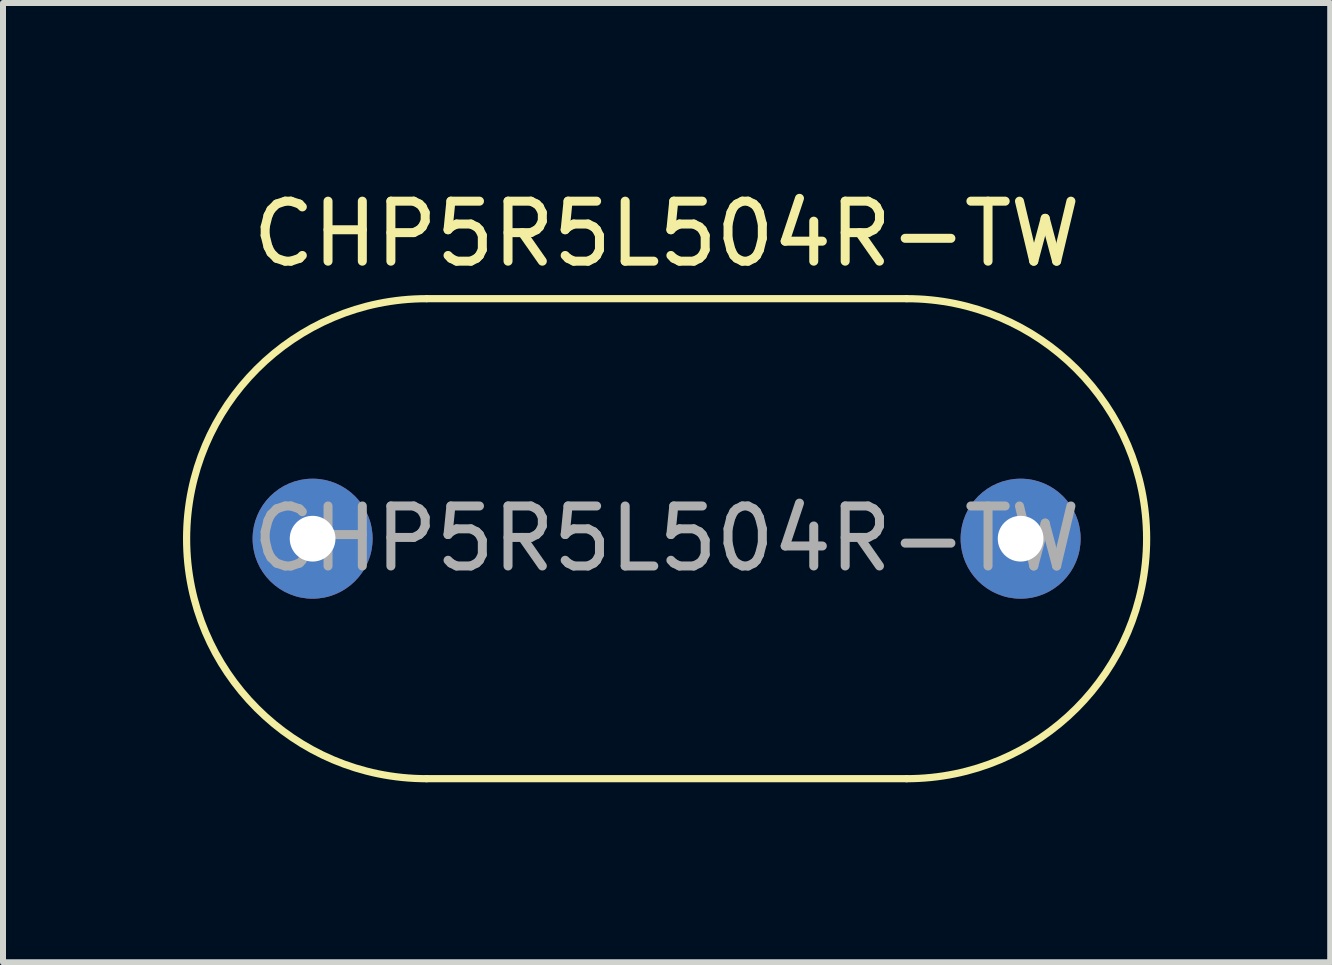
<source format=kicad_pcb>
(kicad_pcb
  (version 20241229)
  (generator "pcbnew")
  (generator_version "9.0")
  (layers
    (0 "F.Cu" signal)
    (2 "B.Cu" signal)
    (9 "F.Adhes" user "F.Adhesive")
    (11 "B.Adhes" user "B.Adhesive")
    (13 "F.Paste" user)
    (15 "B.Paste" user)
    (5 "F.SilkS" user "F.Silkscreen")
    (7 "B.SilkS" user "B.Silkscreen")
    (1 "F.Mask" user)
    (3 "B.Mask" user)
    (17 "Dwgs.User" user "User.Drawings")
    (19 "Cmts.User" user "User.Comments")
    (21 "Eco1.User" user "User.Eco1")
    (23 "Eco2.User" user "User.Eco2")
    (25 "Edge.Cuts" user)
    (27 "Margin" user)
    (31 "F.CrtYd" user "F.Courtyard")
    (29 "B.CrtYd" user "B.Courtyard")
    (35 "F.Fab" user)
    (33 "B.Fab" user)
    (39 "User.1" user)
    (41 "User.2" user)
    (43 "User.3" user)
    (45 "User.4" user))
  (footprint "CHP5R5L504R-TW"
    (layer "F.Cu")
    (at 8.06 5.928)
    (property "Reference" "CHP5R5L504R-TW" (at 0 -5.08 0) (unlocked yes) (layer "F.SilkS") (effects (font (size 1 1) (thickness 0.15))))
    (attr through_hole)
    (fp_line (start -4 -4) (end 4 -4) (stroke (width 0.12) (type solid)) (layer "F.SilkS"))
    (fp_line (start 4 4) (end -4 4) (stroke (width 0.12) (type solid)) (layer "F.SilkS"))
    (fp_arc (start -4 4) (mid -8 0) (end -4 -4) (stroke (width 0.12) (type solid)) (layer "F.SilkS"))
    (fp_arc (start 4 -4) (mid 8 0) (end 4 4) (stroke (width 0.12) (type solid)) (layer "F.SilkS"))
    (fp_text user "${REFERENCE}" (at 0 0 0) (unlocked yes) (layer "F.Fab") (effects (font (size 1 1) (thickness 0.15))))
    (pad "1" thru_hole circle (at -5.9 0) (size 2 2) (drill 0.762) (layers "*.Cu" "*.Mask"))
    (pad "2" thru_hole circle (at 5.9 0) (size 2 2) (drill 0.762) (layers "*.Cu" "*.Mask")))
  (gr_rect
    (start -3 -3)
    (end 19.12 12.988)
    (stroke (width 0.1) (type default))
    (fill no)
    (layer "Edge.Cuts")))
</source>
